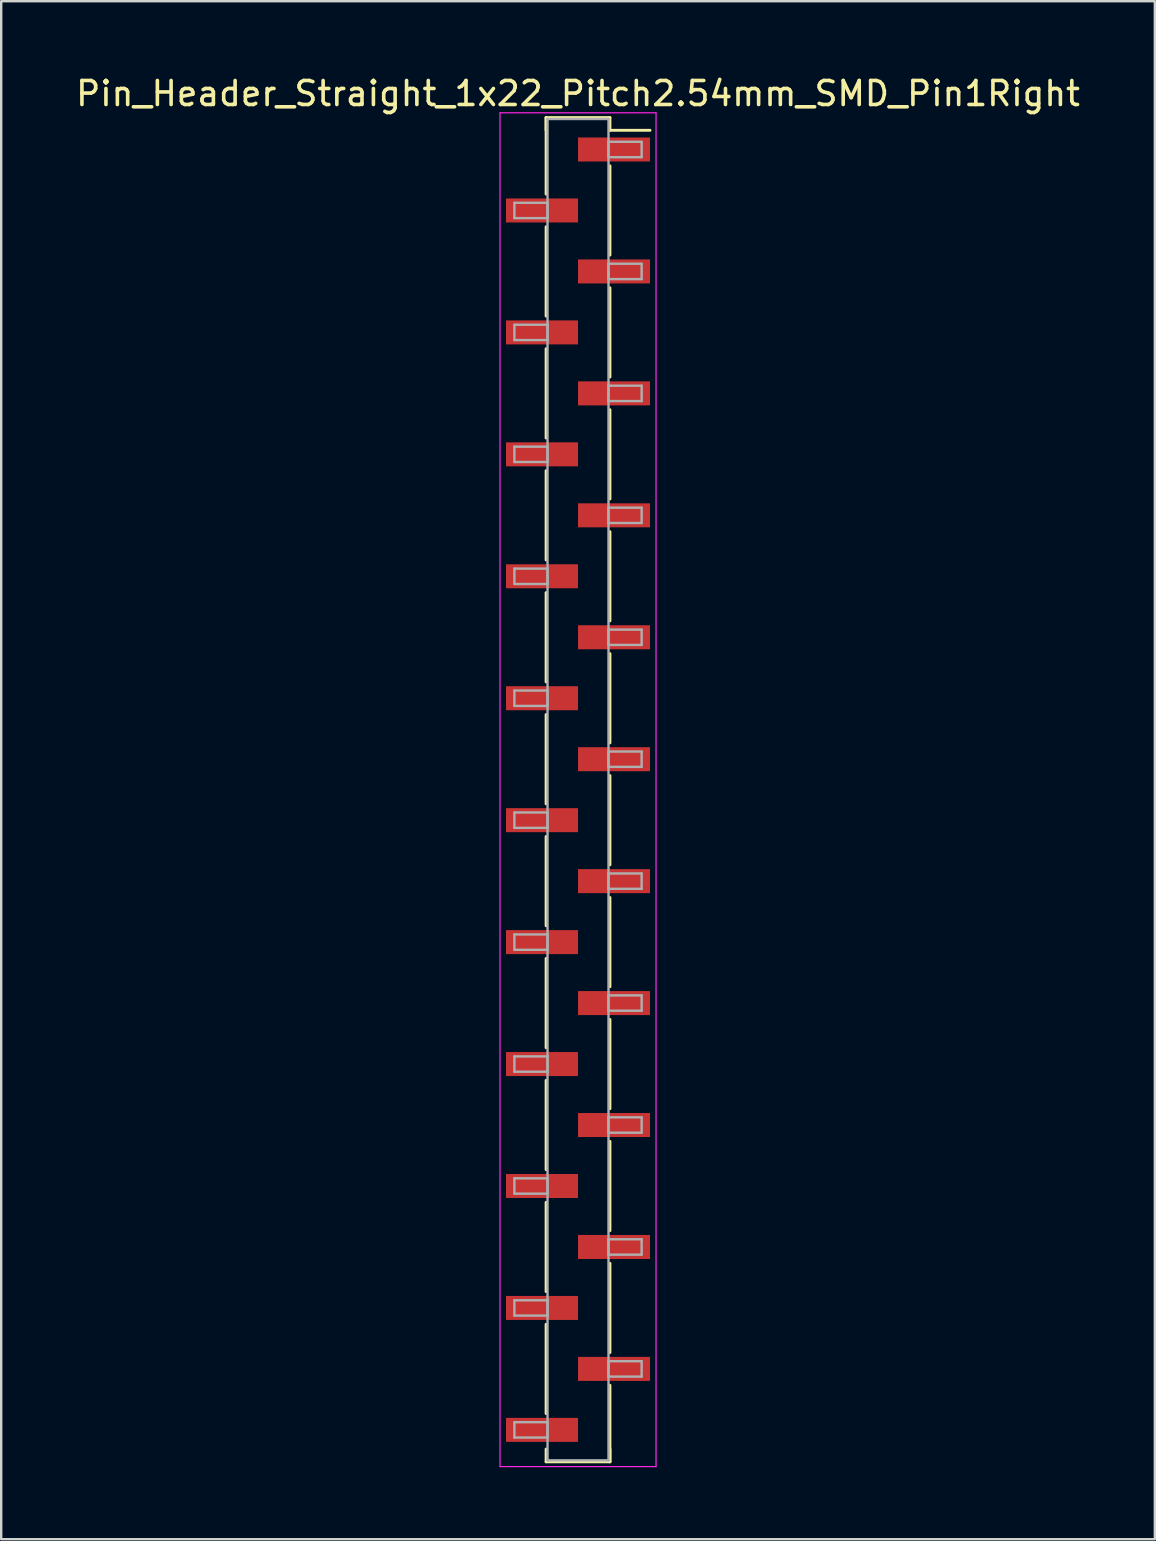
<source format=kicad_pcb>
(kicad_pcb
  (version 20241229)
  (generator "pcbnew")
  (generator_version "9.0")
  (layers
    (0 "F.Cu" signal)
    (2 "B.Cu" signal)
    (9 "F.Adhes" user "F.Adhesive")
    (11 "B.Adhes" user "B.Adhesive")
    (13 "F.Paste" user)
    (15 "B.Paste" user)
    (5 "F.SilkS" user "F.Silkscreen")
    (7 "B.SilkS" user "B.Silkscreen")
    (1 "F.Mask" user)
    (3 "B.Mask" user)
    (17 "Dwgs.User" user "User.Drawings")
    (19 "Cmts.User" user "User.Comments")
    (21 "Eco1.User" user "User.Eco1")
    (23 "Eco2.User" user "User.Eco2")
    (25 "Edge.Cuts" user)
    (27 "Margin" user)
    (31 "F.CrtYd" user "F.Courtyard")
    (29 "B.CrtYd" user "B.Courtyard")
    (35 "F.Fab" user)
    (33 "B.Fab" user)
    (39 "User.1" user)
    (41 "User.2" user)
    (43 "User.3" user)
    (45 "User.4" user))
  (footprint "Pin_Header_Straight_1x22_Pitch2.54mm_SMD_Pin1Right"
    (layer "F.Cu")
    (at 21.03 29.848)
    (property "Reference" "Pin_Header_Straight_1x22_Pitch2.54mm_SMD_Pin1Right" (at 0 -29 0) (layer "F.SilkS") (effects (font (size 1 1) (thickness 0.15))))
    (attr smd)
    (fp_line (start -1.33 -28) (end -1.33 -24.81) (stroke (width 0.12) (type solid)) (layer "F.SilkS"))
    (fp_line (start -1.33 -28) (end 1.33 -28) (stroke (width 0.12) (type solid)) (layer "F.SilkS"))
    (fp_line (start -1.33 -27.47) (end -1.33 -28) (stroke (width 0.12) (type solid)) (layer "F.SilkS"))
    (fp_line (start -1.33 -23.45) (end -1.33 -19.73) (stroke (width 0.12) (type solid)) (layer "F.SilkS"))
    (fp_line (start -1.33 -18.37) (end -1.33 -14.65) (stroke (width 0.12) (type solid)) (layer "F.SilkS"))
    (fp_line (start -1.33 -13.29) (end -1.33 -9.57) (stroke (width 0.12) (type solid)) (layer "F.SilkS"))
    (fp_line (start -1.33 -8.21) (end -1.33 -4.49) (stroke (width 0.12) (type solid)) (layer "F.SilkS"))
    (fp_line (start -1.33 -3.13) (end -1.33 0.59) (stroke (width 0.12) (type solid)) (layer "F.SilkS"))
    (fp_line (start -1.33 1.95) (end -1.33 5.67) (stroke (width 0.12) (type solid)) (layer "F.SilkS"))
    (fp_line (start -1.33 7.03) (end -1.33 10.75) (stroke (width 0.12) (type solid)) (layer "F.SilkS"))
    (fp_line (start -1.33 12.11) (end -1.33 15.83) (stroke (width 0.12) (type solid)) (layer "F.SilkS"))
    (fp_line (start -1.33 17.19) (end -1.33 20.91) (stroke (width 0.12) (type solid)) (layer "F.SilkS"))
    (fp_line (start -1.33 22.27) (end -1.33 25.99) (stroke (width 0.12) (type solid)) (layer "F.SilkS"))
    (fp_line (start -1.33 27.47) (end -1.33 28) (stroke (width 0.12) (type solid)) (layer "F.SilkS"))
    (fp_line (start -1.33 28) (end 1.33 28) (stroke (width 0.12) (type solid)) (layer "F.SilkS"))
    (fp_line (start 1.33 -28) (end 1.33 -27.47) (stroke (width 0.12) (type solid)) (layer "F.SilkS"))
    (fp_line (start 1.33 -27.47) (end 3 -27.47) (stroke (width 0.12) (type solid)) (layer "F.SilkS"))
    (fp_line (start 1.33 -25.99) (end 1.33 -22.27) (stroke (width 0.12) (type solid)) (layer "F.SilkS"))
    (fp_line (start 1.33 -20.91) (end 1.33 -17.19) (stroke (width 0.12) (type solid)) (layer "F.SilkS"))
    (fp_line (start 1.33 -15.83) (end 1.33 -12.11) (stroke (width 0.12) (type solid)) (layer "F.SilkS"))
    (fp_line (start 1.33 -10.75) (end 1.33 -7.03) (stroke (width 0.12) (type solid)) (layer "F.SilkS"))
    (fp_line (start 1.33 -5.67) (end 1.33 -1.95) (stroke (width 0.12) (type solid)) (layer "F.SilkS"))
    (fp_line (start 1.33 -0.59) (end 1.33 3.13) (stroke (width 0.12) (type solid)) (layer "F.SilkS"))
    (fp_line (start 1.33 4.49) (end 1.33 8.21) (stroke (width 0.12) (type solid)) (layer "F.SilkS"))
    (fp_line (start 1.33 9.57) (end 1.33 13.29) (stroke (width 0.12) (type solid)) (layer "F.SilkS"))
    (fp_line (start 1.33 14.65) (end 1.33 18.37) (stroke (width 0.12) (type solid)) (layer "F.SilkS"))
    (fp_line (start 1.33 19.73) (end 1.33 23.45) (stroke (width 0.12) (type solid)) (layer "F.SilkS"))
    (fp_line (start 1.33 24.81) (end 1.33 28) (stroke (width 0.12) (type solid)) (layer "F.SilkS"))
    (fp_line (start 1.33 28) (end 1.33 27.47) (stroke (width 0.12) (type solid)) (layer "F.SilkS"))
    (fp_line (start -3.25 -28.2) (end -3.25 28.2) (stroke (width 0.05) (type solid)) (layer "F.CrtYd"))
    (fp_line (start -3.25 28.2) (end 3.25 28.2) (stroke (width 0.05) (type solid)) (layer "F.CrtYd"))
    (fp_line (start 3.25 -28.2) (end -3.25 -28.2) (stroke (width 0.05) (type solid)) (layer "F.CrtYd"))
    (fp_line (start 3.25 28.2) (end 3.25 -28.2) (stroke (width 0.05) (type solid)) (layer "F.CrtYd"))
    (fp_line (start -2.65 -24.45) (end -1.27 -24.45) (stroke (width 0.1) (type solid)) (layer "F.Fab"))
    (fp_line (start -2.65 -23.81) (end -2.65 -24.45) (stroke (width 0.1) (type solid)) (layer "F.Fab"))
    (fp_line (start -2.65 -19.37) (end -1.27 -19.37) (stroke (width 0.1) (type solid)) (layer "F.Fab"))
    (fp_line (start -2.65 -18.73) (end -2.65 -19.37) (stroke (width 0.1) (type solid)) (layer "F.Fab"))
    (fp_line (start -2.65 -14.29) (end -1.27 -14.29) (stroke (width 0.1) (type solid)) (layer "F.Fab"))
    (fp_line (start -2.65 -13.65) (end -2.65 -14.29) (stroke (width 0.1) (type solid)) (layer "F.Fab"))
    (fp_line (start -2.65 -9.21) (end -1.27 -9.21) (stroke (width 0.1) (type solid)) (layer "F.Fab"))
    (fp_line (start -2.65 -8.57) (end -2.65 -9.21) (stroke (width 0.1) (type solid)) (layer "F.Fab"))
    (fp_line (start -2.65 -4.13) (end -1.27 -4.13) (stroke (width 0.1) (type solid)) (layer "F.Fab"))
    (fp_line (start -2.65 -3.49) (end -2.65 -4.13) (stroke (width 0.1) (type solid)) (layer "F.Fab"))
    (fp_line (start -2.65 0.95) (end -1.27 0.95) (stroke (width 0.1) (type solid)) (layer "F.Fab"))
    (fp_line (start -2.65 1.59) (end -2.65 0.95) (stroke (width 0.1) (type solid)) (layer "F.Fab"))
    (fp_line (start -2.65 6.03) (end -1.27 6.03) (stroke (width 0.1) (type solid)) (layer "F.Fab"))
    (fp_line (start -2.65 6.67) (end -2.65 6.03) (stroke (width 0.1) (type solid)) (layer "F.Fab"))
    (fp_line (start -2.65 11.11) (end -1.27 11.11) (stroke (width 0.1) (type solid)) (layer "F.Fab"))
    (fp_line (start -2.65 11.75) (end -2.65 11.11) (stroke (width 0.1) (type solid)) (layer "F.Fab"))
    (fp_line (start -2.65 16.19) (end -1.27 16.19) (stroke (width 0.1) (type solid)) (layer "F.Fab"))
    (fp_line (start -2.65 16.83) (end -2.65 16.19) (stroke (width 0.1) (type solid)) (layer "F.Fab"))
    (fp_line (start -2.65 21.27) (end -1.27 21.27) (stroke (width 0.1) (type solid)) (layer "F.Fab"))
    (fp_line (start -2.65 21.91) (end -2.65 21.27) (stroke (width 0.1) (type solid)) (layer "F.Fab"))
    (fp_line (start -2.65 26.35) (end -1.27 26.35) (stroke (width 0.1) (type solid)) (layer "F.Fab"))
    (fp_line (start -2.65 26.99) (end -2.65 26.35) (stroke (width 0.1) (type solid)) (layer "F.Fab"))
    (fp_line (start -1.27 -27.94) (end -1.27 27.94) (stroke (width 0.1) (type solid)) (layer "F.Fab"))
    (fp_line (start -1.27 -24.45) (end -1.27 -23.81) (stroke (width 0.1) (type solid)) (layer "F.Fab"))
    (fp_line (start -1.27 -23.81) (end -2.65 -23.81) (stroke (width 0.1) (type solid)) (layer "F.Fab"))
    (fp_line (start -1.27 -19.37) (end -1.27 -18.73) (stroke (width 0.1) (type solid)) (layer "F.Fab"))
    (fp_line (start -1.27 -18.73) (end -2.65 -18.73) (stroke (width 0.1) (type solid)) (layer "F.Fab"))
    (fp_line (start -1.27 -14.29) (end -1.27 -13.65) (stroke (width 0.1) (type solid)) (layer "F.Fab"))
    (fp_line (start -1.27 -13.65) (end -2.65 -13.65) (stroke (width 0.1) (type solid)) (layer "F.Fab"))
    (fp_line (start -1.27 -9.21) (end -1.27 -8.57) (stroke (width 0.1) (type solid)) (layer "F.Fab"))
    (fp_line (start -1.27 -8.57) (end -2.65 -8.57) (stroke (width 0.1) (type solid)) (layer "F.Fab"))
    (fp_line (start -1.27 -4.13) (end -1.27 -3.49) (stroke (width 0.1) (type solid)) (layer "F.Fab"))
    (fp_line (start -1.27 -3.49) (end -2.65 -3.49) (stroke (width 0.1) (type solid)) (layer "F.Fab"))
    (fp_line (start -1.27 0.95) (end -1.27 1.59) (stroke (width 0.1) (type solid)) (layer "F.Fab"))
    (fp_line (start -1.27 1.59) (end -2.65 1.59) (stroke (width 0.1) (type solid)) (layer "F.Fab"))
    (fp_line (start -1.27 6.03) (end -1.27 6.67) (stroke (width 0.1) (type solid)) (layer "F.Fab"))
    (fp_line (start -1.27 6.67) (end -2.65 6.67) (stroke (width 0.1) (type solid)) (layer "F.Fab"))
    (fp_line (start -1.27 11.11) (end -1.27 11.75) (stroke (width 0.1) (type solid)) (layer "F.Fab"))
    (fp_line (start -1.27 11.75) (end -2.65 11.75) (stroke (width 0.1) (type solid)) (layer "F.Fab"))
    (fp_line (start -1.27 16.19) (end -1.27 16.83) (stroke (width 0.1) (type solid)) (layer "F.Fab"))
    (fp_line (start -1.27 16.83) (end -2.65 16.83) (stroke (width 0.1) (type solid)) (layer "F.Fab"))
    (fp_line (start -1.27 21.27) (end -1.27 21.91) (stroke (width 0.1) (type solid)) (layer "F.Fab"))
    (fp_line (start -1.27 21.91) (end -2.65 21.91) (stroke (width 0.1) (type solid)) (layer "F.Fab"))
    (fp_line (start -1.27 26.35) (end -1.27 26.99) (stroke (width 0.1) (type solid)) (layer "F.Fab"))
    (fp_line (start -1.27 26.99) (end -2.65 26.99) (stroke (width 0.1) (type solid)) (layer "F.Fab"))
    (fp_line (start -1.27 27.94) (end 1.27 27.94) (stroke (width 0.1) (type solid)) (layer "F.Fab"))
    (fp_line (start 1.27 -27.94) (end -1.27 -27.94) (stroke (width 0.1) (type solid)) (layer "F.Fab"))
    (fp_line (start 1.27 -26.99) (end 1.27 -26.35) (stroke (width 0.1) (type solid)) (layer "F.Fab"))
    (fp_line (start 1.27 -26.35) (end 2.65 -26.35) (stroke (width 0.1) (type solid)) (layer "F.Fab"))
    (fp_line (start 1.27 -21.91) (end 1.27 -21.27) (stroke (width 0.1) (type solid)) (layer "F.Fab"))
    (fp_line (start 1.27 -21.27) (end 2.65 -21.27) (stroke (width 0.1) (type solid)) (layer "F.Fab"))
    (fp_line (start 1.27 -16.83) (end 1.27 -16.19) (stroke (width 0.1) (type solid)) (layer "F.Fab"))
    (fp_line (start 1.27 -16.19) (end 2.65 -16.19) (stroke (width 0.1) (type solid)) (layer "F.Fab"))
    (fp_line (start 1.27 -11.75) (end 1.27 -11.11) (stroke (width 0.1) (type solid)) (layer "F.Fab"))
    (fp_line (start 1.27 -11.11) (end 2.65 -11.11) (stroke (width 0.1) (type solid)) (layer "F.Fab"))
    (fp_line (start 1.27 -6.67) (end 1.27 -6.03) (stroke (width 0.1) (type solid)) (layer "F.Fab"))
    (fp_line (start 1.27 -6.03) (end 2.65 -6.03) (stroke (width 0.1) (type solid)) (layer "F.Fab"))
    (fp_line (start 1.27 -1.59) (end 1.27 -0.95) (stroke (width 0.1) (type solid)) (layer "F.Fab"))
    (fp_line (start 1.27 -0.95) (end 2.65 -0.95) (stroke (width 0.1) (type solid)) (layer "F.Fab"))
    (fp_line (start 1.27 3.49) (end 1.27 4.13) (stroke (width 0.1) (type solid)) (layer "F.Fab"))
    (fp_line (start 1.27 4.13) (end 2.65 4.13) (stroke (width 0.1) (type solid)) (layer "F.Fab"))
    (fp_line (start 1.27 8.57) (end 1.27 9.21) (stroke (width 0.1) (type solid)) (layer "F.Fab"))
    (fp_line (start 1.27 9.21) (end 2.65 9.21) (stroke (width 0.1) (type solid)) (layer "F.Fab"))
    (fp_line (start 1.27 13.65) (end 1.27 14.29) (stroke (width 0.1) (type solid)) (layer "F.Fab"))
    (fp_line (start 1.27 14.29) (end 2.65 14.29) (stroke (width 0.1) (type solid)) (layer "F.Fab"))
    (fp_line (start 1.27 18.73) (end 1.27 19.37) (stroke (width 0.1) (type solid)) (layer "F.Fab"))
    (fp_line (start 1.27 19.37) (end 2.65 19.37) (stroke (width 0.1) (type solid)) (layer "F.Fab"))
    (fp_line (start 1.27 23.81) (end 1.27 24.45) (stroke (width 0.1) (type solid)) (layer "F.Fab"))
    (fp_line (start 1.27 24.45) (end 2.65 24.45) (stroke (width 0.1) (type solid)) (layer "F.Fab"))
    (fp_line (start 1.27 27.94) (end 1.27 -27.94) (stroke (width 0.1) (type solid)) (layer "F.Fab"))
    (fp_line (start 2.65 -26.99) (end 1.27 -26.99) (stroke (width 0.1) (type solid)) (layer "F.Fab"))
    (fp_line (start 2.65 -26.35) (end 2.65 -26.99) (stroke (width 0.1) (type solid)) (layer "F.Fab"))
    (fp_line (start 2.65 -21.91) (end 1.27 -21.91) (stroke (width 0.1) (type solid)) (layer "F.Fab"))
    (fp_line (start 2.65 -21.27) (end 2.65 -21.91) (stroke (width 0.1) (type solid)) (layer "F.Fab"))
    (fp_line (start 2.65 -16.83) (end 1.27 -16.83) (stroke (width 0.1) (type solid)) (layer "F.Fab"))
    (fp_line (start 2.65 -16.19) (end 2.65 -16.83) (stroke (width 0.1) (type solid)) (layer "F.Fab"))
    (fp_line (start 2.65 -11.75) (end 1.27 -11.75) (stroke (width 0.1) (type solid)) (layer "F.Fab"))
    (fp_line (start 2.65 -11.11) (end 2.65 -11.75) (stroke (width 0.1) (type solid)) (layer "F.Fab"))
    (fp_line (start 2.65 -6.67) (end 1.27 -6.67) (stroke (width 0.1) (type solid)) (layer "F.Fab"))
    (fp_line (start 2.65 -6.03) (end 2.65 -6.67) (stroke (width 0.1) (type solid)) (layer "F.Fab"))
    (fp_line (start 2.65 -1.59) (end 1.27 -1.59) (stroke (width 0.1) (type solid)) (layer "F.Fab"))
    (fp_line (start 2.65 -0.95) (end 2.65 -1.59) (stroke (width 0.1) (type solid)) (layer "F.Fab"))
    (fp_line (start 2.65 3.49) (end 1.27 3.49) (stroke (width 0.1) (type solid)) (layer "F.Fab"))
    (fp_line (start 2.65 4.13) (end 2.65 3.49) (stroke (width 0.1) (type solid)) (layer "F.Fab"))
    (fp_line (start 2.65 8.57) (end 1.27 8.57) (stroke (width 0.1) (type solid)) (layer "F.Fab"))
    (fp_line (start 2.65 9.21) (end 2.65 8.57) (stroke (width 0.1) (type solid)) (layer "F.Fab"))
    (fp_line (start 2.65 13.65) (end 1.27 13.65) (stroke (width 0.1) (type solid)) (layer "F.Fab"))
    (fp_line (start 2.65 14.29) (end 2.65 13.65) (stroke (width 0.1) (type solid)) (layer "F.Fab"))
    (fp_line (start 2.65 18.73) (end 1.27 18.73) (stroke (width 0.1) (type solid)) (layer "F.Fab"))
    (fp_line (start 2.65 19.37) (end 2.65 18.73) (stroke (width 0.1) (type solid)) (layer "F.Fab"))
    (fp_line (start 2.65 23.81) (end 1.27 23.81) (stroke (width 0.1) (type solid)) (layer "F.Fab"))
    (fp_line (start 2.65 24.45) (end 2.65 23.81) (stroke (width 0.1) (type solid)) (layer "F.Fab"))
    (pad "1" smd rect (at 1.5 -26.67) (size 3 1) (layers "F.Cu" "F.Mask"))
    (pad "2" smd rect (at -1.5 -24.13) (size 3 1) (layers "F.Cu" "F.Mask"))
    (pad "3" smd rect (at 1.5 -21.59) (size 3 1) (layers "F.Cu" "F.Mask"))
    (pad "4" smd rect (at -1.5 -19.05) (size 3 1) (layers "F.Cu" "F.Mask"))
    (pad "5" smd rect (at 1.5 -16.51) (size 3 1) (layers "F.Cu" "F.Mask"))
    (pad "6" smd rect (at -1.5 -13.97) (size 3 1) (layers "F.Cu" "F.Mask"))
    (pad "7" smd rect (at 1.5 -11.43) (size 3 1) (layers "F.Cu" "F.Mask"))
    (pad "8" smd rect (at -1.5 -8.89) (size 3 1) (layers "F.Cu" "F.Mask"))
    (pad "9" smd rect (at 1.5 -6.35) (size 3 1) (layers "F.Cu" "F.Mask"))
    (pad "10" smd rect (at -1.5 -3.81) (size 3 1) (layers "F.Cu" "F.Mask"))
    (pad "11" smd rect (at 1.5 -1.27) (size 3 1) (layers "F.Cu" "F.Mask"))
    (pad "12" smd rect (at -1.5 1.27) (size 3 1) (layers "F.Cu" "F.Mask"))
    (pad "13" smd rect (at 1.5 3.81) (size 3 1) (layers "F.Cu" "F.Mask"))
    (pad "14" smd rect (at -1.5 6.35) (size 3 1) (layers "F.Cu" "F.Mask"))
    (pad "15" smd rect (at 1.5 8.89) (size 3 1) (layers "F.Cu" "F.Mask"))
    (pad "16" smd rect (at -1.5 11.43) (size 3 1) (layers "F.Cu" "F.Mask"))
    (pad "17" smd rect (at 1.5 13.97) (size 3 1) (layers "F.Cu" "F.Mask"))
    (pad "18" smd rect (at -1.5 16.51) (size 3 1) (layers "F.Cu" "F.Mask"))
    (pad "19" smd rect (at 1.5 19.05) (size 3 1) (layers "F.Cu" "F.Mask"))
    (pad "20" smd rect (at -1.5 21.59) (size 3 1) (layers "F.Cu" "F.Mask"))
    (pad "21" smd rect (at 1.5 24.13) (size 3 1) (layers "F.Cu" "F.Mask"))
    (pad "22" smd rect (at -1.5 26.67) (size 3 1) (layers "F.Cu" "F.Mask")))
  (gr_rect
    (start -3 -3)
    (end 45.06 61.073)
    (stroke (width 0.1) (type default))
    (fill no)
    (layer "Edge.Cuts")))
</source>
